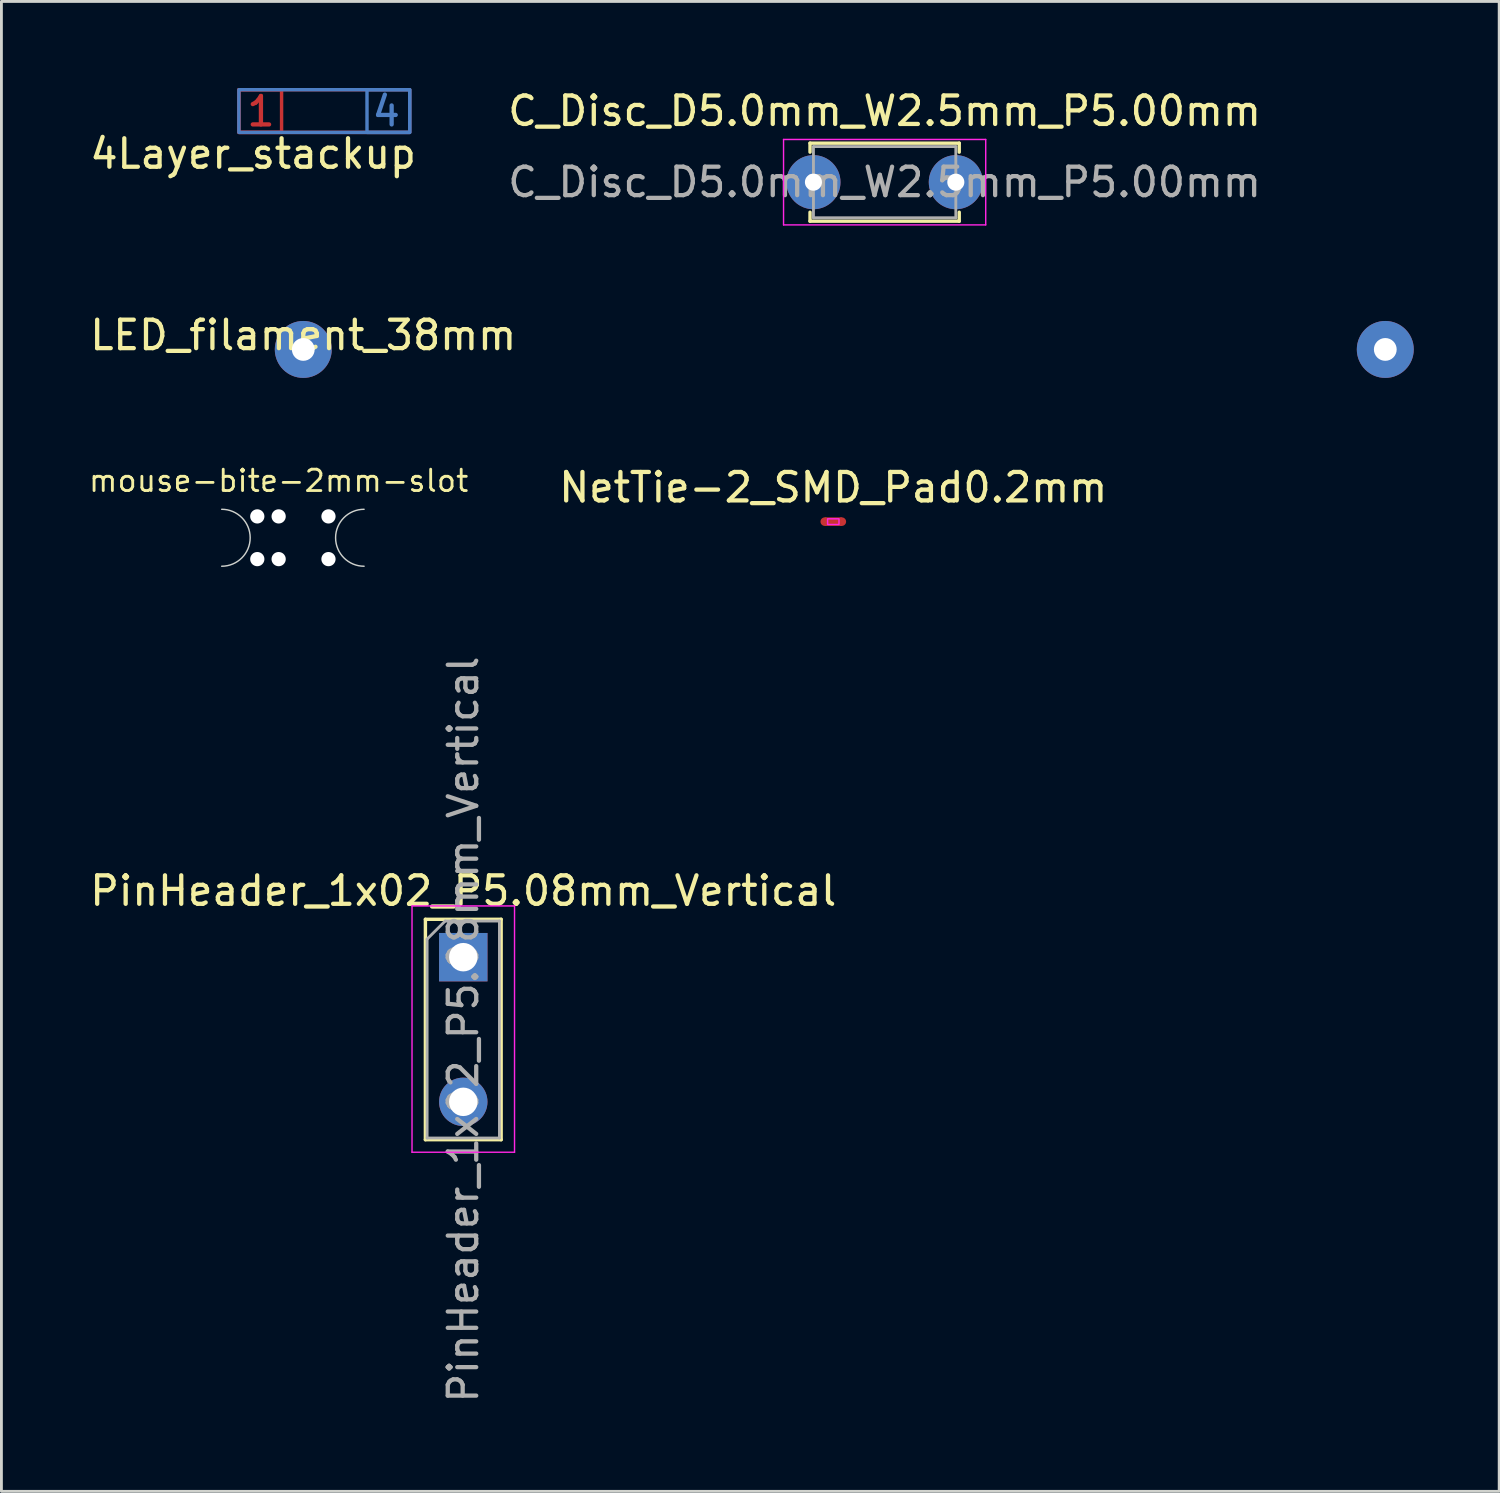
<source format=kicad_pcb>
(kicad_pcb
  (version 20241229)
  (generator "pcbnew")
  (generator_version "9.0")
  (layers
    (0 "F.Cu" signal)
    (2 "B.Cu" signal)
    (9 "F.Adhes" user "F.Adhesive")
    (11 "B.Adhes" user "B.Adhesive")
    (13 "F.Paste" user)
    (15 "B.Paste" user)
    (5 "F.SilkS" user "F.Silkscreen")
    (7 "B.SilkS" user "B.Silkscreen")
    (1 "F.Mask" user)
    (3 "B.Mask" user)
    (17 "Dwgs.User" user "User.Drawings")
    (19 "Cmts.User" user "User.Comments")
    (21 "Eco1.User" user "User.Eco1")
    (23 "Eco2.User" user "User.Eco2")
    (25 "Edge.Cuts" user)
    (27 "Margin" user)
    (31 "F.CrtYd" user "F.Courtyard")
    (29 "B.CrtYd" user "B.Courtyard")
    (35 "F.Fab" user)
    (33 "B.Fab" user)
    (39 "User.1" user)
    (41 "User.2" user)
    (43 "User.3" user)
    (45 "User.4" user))
  (footprint "PinHeader_1x02_P5.08mm_Vertical"
    (layer "F.Cu")
    (at 13.22 30.566)
    (property "Reference" "PinHeader_1x02_P5.08mm_Vertical" (at 0 -2.33 0) (layer "F.SilkS") (effects (font (size 1 1) (thickness 0.15))))
    (attr through_hole)
    (fp_line (start -1.33 -1.33) (end -1.33 6.41) (stroke (width 0.12) (type solid)) (layer "F.SilkS"))
    (fp_line (start -1.33 -1.33) (end 1.33 -1.33) (stroke (width 0.12) (type solid)) (layer "F.SilkS"))
    (fp_line (start -1.33 6.41) (end 1.33 6.41) (stroke (width 0.12) (type solid)) (layer "F.SilkS"))
    (fp_line (start 1.33 -1.33) (end 1.33 6.41) (stroke (width 0.12) (type solid)) (layer "F.SilkS"))
    (fp_line (start -1.8 -1.8) (end -1.8 6.85) (stroke (width 0.05) (type solid)) (layer "F.CrtYd"))
    (fp_line (start -1.8 6.85) (end 1.8 6.85) (stroke (width 0.05) (type solid)) (layer "F.CrtYd"))
    (fp_line (start 1.8 -1.8) (end -1.8 -1.8) (stroke (width 0.05) (type solid)) (layer "F.CrtYd"))
    (fp_line (start 1.8 6.85) (end 1.8 -1.8) (stroke (width 0.05) (type solid)) (layer "F.CrtYd"))
    (fp_line (start -1.27 -0.635) (end -0.635 -1.27) (stroke (width 0.1) (type solid)) (layer "F.Fab"))
    (fp_line (start -1.27 6.35) (end -1.27 -0.635) (stroke (width 0.1) (type solid)) (layer "F.Fab"))
    (fp_line (start -0.635 -1.27) (end 1.27 -1.27) (stroke (width 0.1) (type solid)) (layer "F.Fab"))
    (fp_line (start 1.27 -1.27) (end 1.27 6.35) (stroke (width 0.1) (type solid)) (layer "F.Fab"))
    (fp_line (start 1.27 6.35) (end -1.27 6.35) (stroke (width 0.1) (type solid)) (layer "F.Fab"))
    (fp_text user "${REFERENCE}" (at 0 2.54 90) (layer "F.Fab") (effects (font (size 1 1) (thickness 0.15))))
    (pad "1" thru_hole rect (at 0 0) (size 1.7 1.7) (drill 1) (layers "*.Cu" "*.Mask"))
    (pad "2" thru_hole oval (at 0 5.08) (size 1.7 1.7) (drill 1) (layers "*.Cu" "*.Mask")))
  (footprint "mouse-bite-2mm-slot"
    (layer "F.Cu")
    (at 6.736 15.836)
    (property "Reference" "mouse-bite-2mm-slot" (at 0 -2 0) (layer "F.SilkS") (effects (font (size 0.75 0.75) (thickness 0.1))))
    (attr through_hole)
    (fp_arc (start -2 -1) (mid -1 0) (end -2 1) (stroke (width 0.1) (type solid)) (layer "Eco2.User"))
    (fp_arc (start 3 1) (mid 2 0) (end 3 -1) (stroke (width 0.1) (type solid)) (layer "Eco2.User"))
    (fp_arc (start -2 -1) (mid -1 0) (end -2 1) (stroke (width 0.05) (type solid)) (layer "Edge.Cuts"))
    (fp_arc (start 3 1) (mid 2 0) (end 3 -1) (stroke (width 0.05) (type solid)) (layer "Edge.Cuts"))
    (pad "" np_thru_hole circle (at -0.75 -0.75) (size 0.5 0.5) (drill 0.5) (layers "*.Cu" "*.Mask"))
    (pad "" np_thru_hole circle (at -0.75 0.75) (size 0.5 0.5) (drill 0.5) (layers "*.Cu" "*.Mask"))
    (pad "" np_thru_hole circle (at 0 -0.75) (size 0.5 0.5) (drill 0.5) (layers "*.Cu" "*.Mask"))
    (pad "" np_thru_hole circle (at 0 0.75) (size 0.5 0.5) (drill 0.5) (layers "*.Cu" "*.Mask"))
    (pad "" np_thru_hole circle (at 1.75 -0.75) (size 0.5 0.5) (drill 0.5) (layers "*.Cu" "*.Mask"))
    (pad "" np_thru_hole circle (at 1.75 0.75) (size 0.5 0.5) (drill 0.5) (layers "*.Cu" "*.Mask")))
  (footprint "4Layer_stackup"
    (layer "F.Cu")
    (at 5.839 1.35)
    (property "Reference" "4Layer_stackup" (at 0 1 0) (unlocked yes) (layer "F.SilkS") (effects (font (size 1 1) (thickness 0.15))))
    (fp_rect (start -0.5 0.25) (end 1 -1.25) (stroke (width 0.12) (type default)) (fill no) (layer "F.Cu"))
    (fp_rect (start -0.5 0.25) (end 5.5 -1.25) (stroke (width 0.12) (type default)) (fill no) (layer "F.Cu"))
    (fp_rect (start -0.5 -1.25) (end 5.5 0.25) (stroke (width 0.12) (type solid)) (fill yes) (layer "F.Mask"))
    (fp_rect (start -0.5 -1.25) (end 5.5 0.25) (stroke (width 0.12) (type default)) (fill no) (layer "B.Cu"))
    (fp_rect (start 4 -1.25) (end 5.5 0.25) (stroke (width 0.12) (type default)) (fill no) (layer "B.Cu"))
    (fp_rect (start -0.5 -1.25) (end 5.5 0.25) (stroke (width 0.12) (type solid)) (fill yes) (layer "B.Mask"))
    (fp_rect (start 1 -1.25) (end 2.5 0.25) (stroke (width 0.12) (type default)) (fill no) (layer "In1.Cu"))
    (fp_rect (start 2.5 0.25) (end 4 -1.25) (stroke (width 0.12) (type default)) (fill no) (layer "In2.Cu"))
    (fp_text user "1" (at -0.3 0.1 0) (unlocked yes) (layer "F.Cu") (effects (font (size 1 1) (thickness 0.15)) (justify left bottom)))
    (fp_text user "4" (at 4.1 0.1 0) (unlocked yes) (layer "B.Cu") (effects (font (size 1 1) (thickness 0.15)) (justify left bottom)))
    (fp_text user "2" (at 1.2 0.1 0) (unlocked yes) (layer "In1.Cu") (effects (font (size 1 1) (thickness 0.15)) (justify left bottom)))
    (fp_text user "3" (at 2.7 0.1 0) (unlocked yes) (layer "In2.Cu") (effects (font (size 1 1) (thickness 0.15)) (justify left bottom))))
  (footprint "NetTie-2_SMD_Pad0.2mm"
    (layer "F.Cu")
    (at 26.215 15.27)
    (property "Reference" "NetTie-2_SMD_Pad0.2mm" (at 0 -1.2 0) (layer "F.SilkS") (effects (font (size 1 1) (thickness 0.15))))
    (attr exclude_from_pos_files exclude_from_bom)
    (fp_poly (pts (xy -0.3 -0.15) (xy 0.3 -0.15) (xy 0.3 0.15) (xy -0.3 0.15)) (stroke (width 0) (type solid)) (fill yes) (layer "F.Cu"))
    (fp_rect (start -0.2 -0.1) (end 0.2 0.1) (stroke (width 0.05) (type default)) (fill no) (layer "F.CrtYd"))
    (pad "1" smd circle (at -0.3 0) (size 0.3 0.3) (layers "F.Cu"))
    (pad "2" smd circle (at 0.3 0) (size 0.3 0.3) (layers "F.Cu")))
  (footprint "LED_filament_38mm"
    (layer "F.Cu")
    (at 7.601 9.222)
    (property "Reference" "LED_filament_38mm" (at 0 -0.5 0) (unlocked yes) (layer "F.SilkS") (effects (font (size 1 1) (thickness 0.15))))
    (attr through_hole)
    (pad "1" thru_hole circle (at 0 0) (size 2 2) (drill 0.8) (layers "*.Cu" "*.Mask"))
    (pad "2" thru_hole circle (at 38 0) (size 2 2) (drill 0.8) (layers "*.Cu" "*.Mask")))
  (footprint "C_Disc_D5.0mm_W2.5mm_P5.00mm"
    (layer "F.Cu")
    (at 25.518 3.348)
    (property "Reference" "C_Disc_D5.0mm_W2.5mm_P5.00mm" (at 2.5 -2.5 0) (layer "F.SilkS") (effects (font (size 1 1) (thickness 0.15))))
    (attr through_hole)
    (fp_line (start -0.12 -1.37) (end -0.12 -1.055) (stroke (width 0.12) (type solid)) (layer "F.SilkS"))
    (fp_line (start -0.12 -1.37) (end 5.12 -1.37) (stroke (width 0.12) (type solid)) (layer "F.SilkS"))
    (fp_line (start -0.12 1.055) (end -0.12 1.37) (stroke (width 0.12) (type solid)) (layer "F.SilkS"))
    (fp_line (start -0.12 1.37) (end 5.12 1.37) (stroke (width 0.12) (type solid)) (layer "F.SilkS"))
    (fp_line (start 5.12 -1.37) (end 5.12 -1.055) (stroke (width 0.12) (type solid)) (layer "F.SilkS"))
    (fp_line (start 5.12 1.055) (end 5.12 1.37) (stroke (width 0.12) (type solid)) (layer "F.SilkS"))
    (fp_line (start -1.05 -1.5) (end -1.05 1.5) (stroke (width 0.05) (type solid)) (layer "F.CrtYd"))
    (fp_line (start -1.05 1.5) (end 6.05 1.5) (stroke (width 0.05) (type solid)) (layer "F.CrtYd"))
    (fp_line (start 6.05 -1.5) (end -1.05 -1.5) (stroke (width 0.05) (type solid)) (layer "F.CrtYd"))
    (fp_line (start 6.05 1.5) (end 6.05 -1.5) (stroke (width 0.05) (type solid)) (layer "F.CrtYd"))
    (fp_line (start 0 -1.25) (end 0 1.25) (stroke (width 0.1) (type solid)) (layer "F.Fab"))
    (fp_line (start 0 1.25) (end 5 1.25) (stroke (width 0.1) (type solid)) (layer "F.Fab"))
    (fp_line (start 5 -1.25) (end 0 -1.25) (stroke (width 0.1) (type solid)) (layer "F.Fab"))
    (fp_line (start 5 1.25) (end 5 -1.25) (stroke (width 0.1) (type solid)) (layer "F.Fab"))
    (fp_text user "${REFERENCE}" (at 2.5 0 0) (layer "F.Fab") (effects (font (size 1 1) (thickness 0.15))))
    (pad "1" thru_hole circle (at 0 0) (size 1.9 1.9) (drill 0.6) (layers "*.Cu" "*.Mask"))
    (pad "2" thru_hole circle (at 5 0) (size 1.9 1.9) (drill 0.6) (layers "*.Cu" "*.Mask")))
  (gr_rect
    (start -3 -3)
    (end 49.601 49.326)
    (stroke (width 0.1) (type default))
    (fill no)
    (layer "Edge.Cuts")))
</source>
